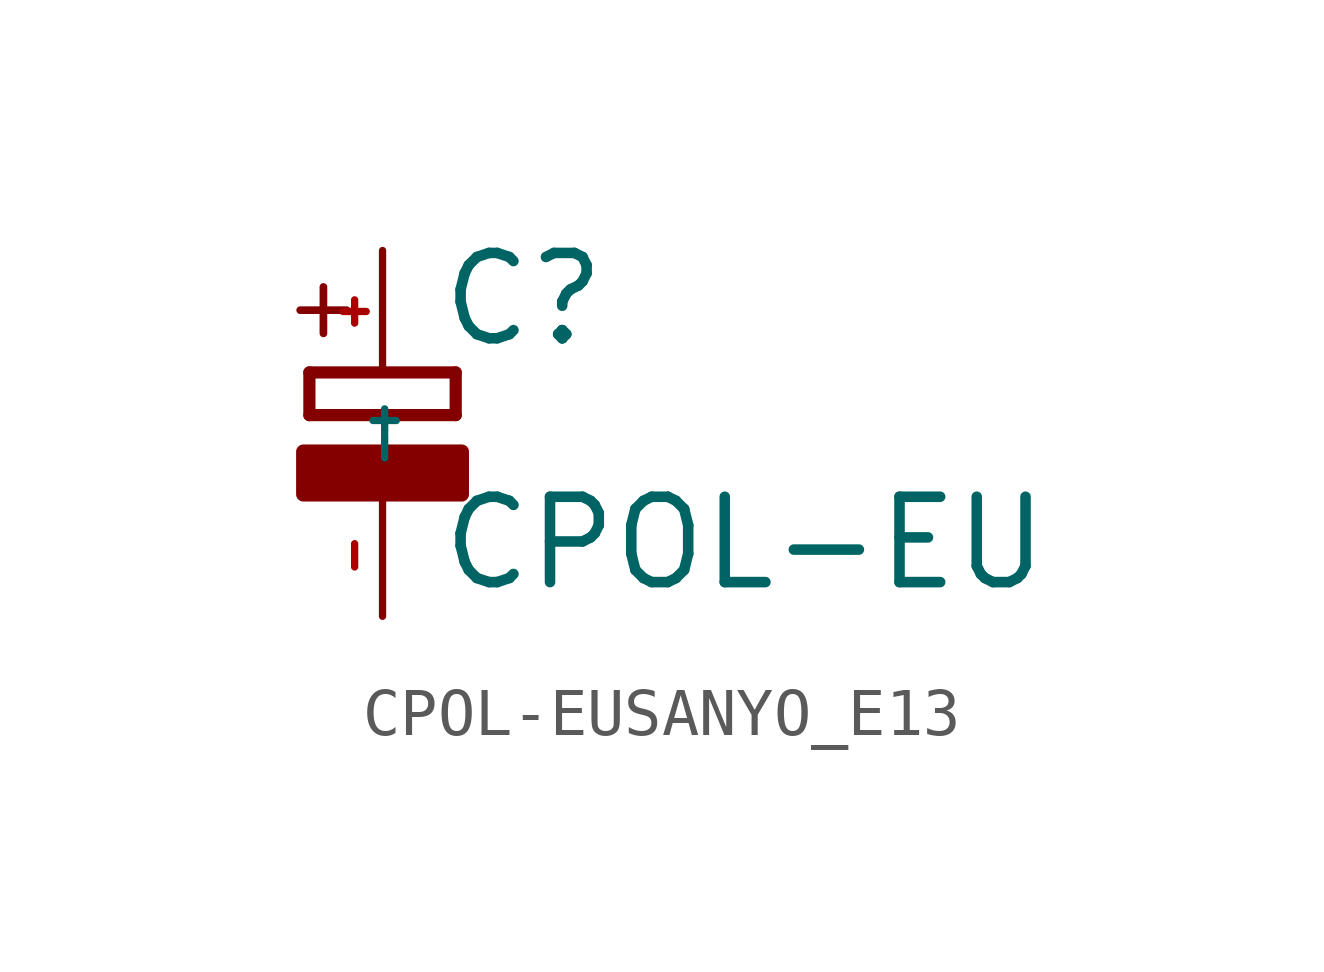
<source format=kicad_sym>
(kicad_symbol_lib
  (version 20220914)
  (generator Eagle2Kicad)
  (symbol "CPOL-EUSANYO_E13"
    (property "Reference" "C"
      (at 1.143 0.483 0)
      (effects (font (size 1.778 1.778) (thickness 0.22)) (justify left bottom)))
    (property "Value" "CPOL-EU"
      (at 1.143 -4.597 0)
      (effects (font (size 1.778 1.778) (thickness 0.22)) (justify left bottom)))
    (polyline
      (pts (xy -1.524 -0.889) (xy 1.524 -0.889))
      (stroke (width 0.254) (type default))
      (fill (type none)))
    (polyline
      (pts (xy 1.524 -0.889) (xy 1.524 0))
      (stroke (width 0.254) (type default))
      (fill (type none)))
    (polyline
      (pts (xy -1.524 0) (xy -1.524 -0.889))
      (stroke (width 0.254) (type default))
      (fill (type none)))
    (polyline
      (pts (xy -1.524 0) (xy 1.524 0))
      (stroke (width 0.254) (type default))
      (fill (type none)))
    (text "+"
      (at -0.584 0.406 900)
      (effects (font (size 1.27 1.27) (thickness 0.16)) (justify left bottom)))
    (rectangle
      (start -1.651 -2.54)
      (end 1.651 -1.651)
      (stroke (width 0.3) (type default))
      (fill (type outline)))
    (pin passive line
      (at 0 -5.08 90)
      (length 2.54)
      (name "-" (effects (font (size 0.635 0.635) (thickness 0.08)) (justify left bottom)))
      (number "-" (effects (font (size 0.635 0.635) (thickness 0.08)) (justify left bottom))))
    (pin passive line
      (at 0 2.54 270)
      (length 2.54)
      (name "+" (effects (font (size 0.635 0.635) (thickness 0.08)) (justify left bottom)))
      (number "+" (effects (font (size 0.635 0.635) (thickness 0.08)) (justify left bottom))))))
</source>
